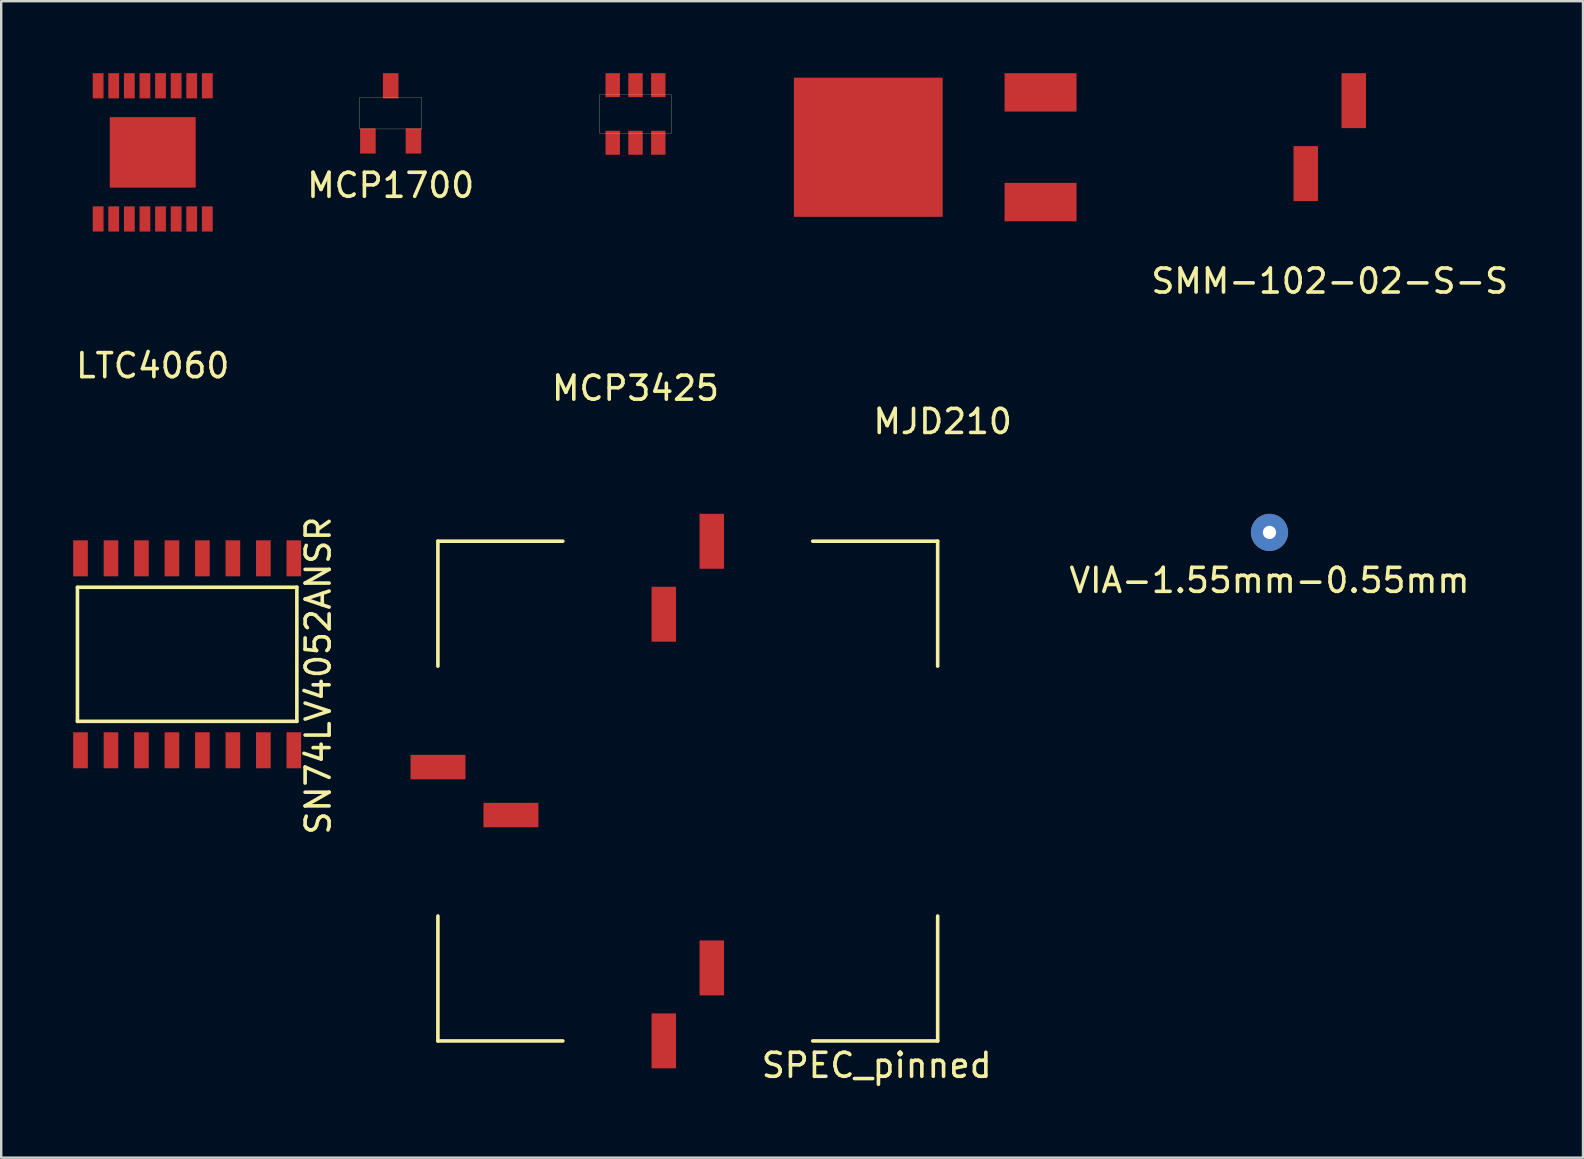
<source format=kicad_pcb>
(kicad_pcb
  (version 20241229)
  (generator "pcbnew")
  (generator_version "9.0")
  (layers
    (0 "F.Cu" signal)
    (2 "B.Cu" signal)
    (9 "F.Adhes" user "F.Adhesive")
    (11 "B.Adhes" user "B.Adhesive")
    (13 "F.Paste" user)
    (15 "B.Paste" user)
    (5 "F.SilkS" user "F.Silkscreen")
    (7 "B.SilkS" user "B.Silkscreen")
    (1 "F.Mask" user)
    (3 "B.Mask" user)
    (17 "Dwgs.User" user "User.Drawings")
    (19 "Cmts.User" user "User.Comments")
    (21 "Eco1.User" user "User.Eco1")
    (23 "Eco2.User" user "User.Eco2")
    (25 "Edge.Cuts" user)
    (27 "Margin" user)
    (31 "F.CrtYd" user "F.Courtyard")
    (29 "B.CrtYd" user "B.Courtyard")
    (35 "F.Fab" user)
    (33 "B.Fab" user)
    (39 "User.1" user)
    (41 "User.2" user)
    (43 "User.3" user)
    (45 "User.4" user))
  (footprint "MJD210"
    (layer "F.Cu")
    (at 36.236 3.086)
    (property "Reference" "MJD210" (at 0 11.43 0) (layer "F.SilkS") (effects (font (size 1 1) (thickness 0.15))))
    (attr through_hole)
    (pad "1" smd rect (at 4.08 2.286) (size 3 1.6) (layers "F.Cu" "F.Mask" "F.Paste"))
    (pad "3" smd rect (at 4.08 -2.286) (size 3 1.6) (layers "F.Cu" "F.Mask" "F.Paste"))
    (pad "4" smd rect (at -3.1 0) (size 6.2 5.8) (layers "F.Cu" "F.Mask" "F.Paste")))
  (footprint "MCP1700"
    (layer "F.Cu")
    (at 13.232 1.675)
    (property "Reference" "MCP1700" (at 0 3 0) (layer "F.SilkS") (effects (font (size 1 1) (thickness 0.15))))
    (attr through_hole)
    (fp_line (start -1.3 -0.65) (end -1.3 0.65) (stroke (width 0.01) (type solid)) (layer "F.SilkS"))
    (fp_line (start -1.3 0.65) (end 1.3 0.65) (stroke (width 0.01) (type solid)) (layer "F.SilkS"))
    (fp_line (start 1.3 -0.65) (end -1.3 -0.65) (stroke (width 0.01) (type solid)) (layer "F.SilkS"))
    (fp_line (start 1.3 0.65) (end 1.3 -0.65) (stroke (width 0.01) (type solid)) (layer "F.SilkS"))
    (pad "1" smd rect (at -0.95 1.15) (size 0.65 1.05) (layers "F.Cu" "F.Mask" "F.Paste"))
    (pad "2" smd rect (at 0.95 1.15) (size 0.65 1.05) (layers "F.Cu" "F.Mask" "F.Paste"))
    (pad "3" smd rect (at 0 -1.15) (size 0.65 1.05) (layers "F.Cu" "F.Mask" "F.Paste")))
  (footprint "VIA-1.55mm-0.55mm"
    (layer "F.Cu")
    (at 49.857 19.139)
    (property "Reference" "VIA-1.55mm-0.55mm" (at 0 2 0) (layer "F.SilkS") (effects (font (size 1 1) (thickness 0.15))))
    (attr through_hole)
    (pad "1" thru_hole circle (at 0 0) (size 1.55 1.55) (drill 0.55) (layers "*.Cu")))
  (footprint "MCP3425"
    (layer "F.Cu")
    (at 23.435 1.7)
    (property "Reference" "MCP3425" (at 0 11.43 0) (layer "F.SilkS") (effects (font (size 1 1) (thickness 0.15))))
    (attr through_hole)
    (fp_line (start -1.5 -0.8) (end -1.5 0.8) (stroke (width 0.01) (type solid)) (layer "F.SilkS"))
    (fp_line (start -1.5 0.8) (end 1.5 0.8) (stroke (width 0.01) (type solid)) (layer "F.SilkS"))
    (fp_line (start 1.5 -0.8) (end -1.5 -0.8) (stroke (width 0.01) (type solid)) (layer "F.SilkS"))
    (fp_line (start 1.5 0.8) (end 1.5 -0.8) (stroke (width 0.01) (type solid)) (layer "F.SilkS"))
    (pad "1" smd rect (at -0.95 1.2) (size 0.6 1) (layers "F.Cu" "F.Mask" "F.Paste"))
    (pad "2" smd rect (at 0 1.2) (size 0.6 1) (layers "F.Cu" "F.Mask" "F.Paste"))
    (pad "3" smd rect (at 0.95 1.2) (size 0.6 1) (layers "F.Cu" "F.Mask" "F.Paste"))
    (pad "4" smd rect (at 0.95 -1.2) (size 0.6 1) (layers "F.Cu" "F.Mask" "F.Paste"))
    (pad "5" smd rect (at 0 -1.2) (size 0.6 1) (layers "F.Cu" "F.Mask" "F.Paste"))
    (pad "6" smd rect (at -0.95 -1.2) (size 0.6 1) (layers "F.Cu" "F.Mask" "F.Paste")))
  (footprint "SMM-102-02-S-S"
    (layer "F.Cu")
    (at 52.369 2.665)
    (property "Reference" "SMM-102-02-S-S" (at 0 6 0) (layer "F.SilkS") (effects (font (size 1 1) (thickness 0.15))))
    (attr through_hole)
    (pad "1" smd rect (at -1 1.52) (size 1.02 2.29) (layers "F.Cu" "F.Mask" "F.Paste"))
    (pad "2" smd rect (at 1 -1.52) (size 1.02 2.29) (layers "F.Cu" "F.Mask" "F.Paste")))
  (footprint "SPEC_pinned"
    (layer "F.Cu")
    (at 25.614 29.919)
    (property "Reference" "SPEC_pinned" (at 7.874 11.43 0) (layer "F.SilkS") (effects (font (size 1 1) (thickness 0.15))))
    (attr through_hole)
    (fp_line (start -10.414 -10.414) (end -5.207 -10.414) (stroke (width 0.15) (type solid)) (layer "F.SilkS"))
    (fp_line (start -10.414 -5.207) (end -10.414 -10.414) (stroke (width 0.15) (type solid)) (layer "F.SilkS"))
    (fp_line (start -10.414 5.207) (end -10.414 10.414) (stroke (width 0.15) (type solid)) (layer "F.SilkS"))
    (fp_line (start -10.414 10.414) (end -5.207 10.414) (stroke (width 0.15) (type solid)) (layer "F.SilkS"))
    (fp_line (start 5.207 -10.414) (end 10.414 -10.414) (stroke (width 0.15) (type solid)) (layer "F.SilkS"))
    (fp_line (start 5.207 10.414) (end 10.414 10.414) (stroke (width 0.15) (type solid)) (layer "F.SilkS"))
    (fp_line (start 10.414 -10.414) (end 10.414 -5.207) (stroke (width 0.15) (type solid)) (layer "F.SilkS"))
    (fp_line (start 10.414 10.414) (end 10.414 5.207) (stroke (width 0.15) (type solid)) (layer "F.SilkS"))
    (pad "1" smd rect (at -1 10.41) (size 1.02 2.29) (layers "F.Cu" "F.Mask" "F.Paste"))
    (pad "2" smd rect (at -7.37 1) (size 2.29 1.02) (layers "F.Cu" "F.Mask" "F.Paste"))
    (pad "3" smd rect (at -10.41 -1) (size 2.29 1.02) (layers "F.Cu" "F.Mask" "F.Paste"))
    (pad "4" smd rect (at -1 -7.37) (size 1.02 2.29) (layers "F.Cu" "F.Mask" "F.Paste"))
    (pad "5" smd rect (at 1 -10.41) (size 1.02 2.29) (layers "F.Cu" "F.Mask" "F.Paste"))
    (pad "6" smd rect (at 1 7.37) (size 1.02 2.29) (layers "F.Cu" "F.Mask" "F.Paste")))
  (footprint "SN74LV4052ANSR"
    (layer "F.Cu")
    (at 5.385 24.219)
    (property "Reference" "SN74LV4052ANSR" (at 4.826 0.889 90) (layer "F.SilkS") (effects (font (size 1 1) (thickness 0.15))))
    (attr through_hole)
    (fp_line (start -5.207 -2.794) (end 3.937 -2.794) (stroke (width 0.15) (type solid)) (layer "F.SilkS"))
    (fp_line (start -5.207 2.794) (end -5.207 -2.794) (stroke (width 0.15) (type solid)) (layer "F.SilkS"))
    (fp_line (start 3.937 -2.794) (end 3.937 2.794) (stroke (width 0.15) (type solid)) (layer "F.SilkS"))
    (fp_line (start 3.937 2.794) (end -5.207 2.794) (stroke (width 0.15) (type solid)) (layer "F.SilkS"))
    (pad "1" smd rect (at -5.08 4) (size 0.61 1.5) (layers "F.Cu" "F.Mask" "F.Paste"))
    (pad "2" smd rect (at -3.81 4) (size 0.61 1.5) (layers "F.Cu" "F.Mask" "F.Paste"))
    (pad "3" smd rect (at -2.54 4) (size 0.61 1.5) (layers "F.Cu" "F.Mask" "F.Paste"))
    (pad "4" smd rect (at -1.27 4) (size 0.61 1.5) (layers "F.Cu" "F.Mask" "F.Paste"))
    (pad "5" smd rect (at 0 4) (size 0.61 1.5) (layers "F.Cu" "F.Mask" "F.Paste"))
    (pad "6" smd rect (at 1.27 4) (size 0.61 1.5) (layers "F.Cu" "F.Mask" "F.Paste"))
    (pad "7" smd rect (at 2.54 4) (size 0.61 1.5) (layers "F.Cu" "F.Mask" "F.Paste"))
    (pad "8" smd rect (at 3.81 4) (size 0.61 1.5) (layers "F.Cu" "F.Mask" "F.Paste"))
    (pad "9" smd rect (at 3.81 -4) (size 0.61 1.5) (layers "F.Cu" "F.Mask" "F.Paste"))
    (pad "10" smd rect (at 2.54 -4) (size 0.61 1.5) (layers "F.Cu" "F.Mask" "F.Paste"))
    (pad "11" smd rect (at 1.27 -4) (size 0.61 1.5) (layers "F.Cu" "F.Mask" "F.Paste"))
    (pad "12" smd rect (at 0 -4) (size 0.61 1.5) (layers "F.Cu" "F.Mask" "F.Paste"))
    (pad "13" smd rect (at -1.27 -4) (size 0.61 1.5) (layers "F.Cu" "F.Mask" "F.Paste"))
    (pad "14" smd rect (at -2.54 -4) (size 0.61 1.5) (layers "F.Cu" "F.Mask" "F.Paste"))
    (pad "15" smd rect (at -3.81 -4) (size 0.61 1.5) (layers "F.Cu" "F.Mask" "F.Paste"))
    (pad "16" smd rect (at -5.08 -4) (size 0.61 1.5) (layers "F.Cu" "F.Mask" "F.Paste")))
  (footprint "LTC4060"
    (layer "F.Cu")
    (at 3.315 3.3)
    (property "Reference" "LTC4060" (at 0 8.89 0) (layer "F.SilkS") (effects (font (size 1 1) (thickness 0.15))))
    (attr through_hole)
    (pad "1" smd rect (at -2.275 2.775) (size 0.45 1.05) (layers "F.Cu" "F.Mask" "F.Paste"))
    (pad "2" smd rect (at -1.625 2.775) (size 0.45 1.05) (layers "F.Cu" "F.Mask" "F.Paste"))
    (pad "3" smd rect (at -0.975 2.775) (size 0.45 1.05) (layers "F.Cu" "F.Mask" "F.Paste"))
    (pad "4" smd rect (at -0.325 2.775) (size 0.45 1.05) (layers "F.Cu" "F.Mask" "F.Paste"))
    (pad "5" smd rect (at 0.325 2.775) (size 0.45 1.05) (layers "F.Cu" "F.Mask" "F.Paste"))
    (pad "6" smd rect (at 0.975 2.775) (size 0.45 1.05) (layers "F.Cu" "F.Mask" "F.Paste"))
    (pad "7" smd rect (at 1.625 2.775) (size 0.45 1.05) (layers "F.Cu" "F.Mask" "F.Paste"))
    (pad "8" smd rect (at 2.275 2.775) (size 0.45 1.05) (layers "F.Cu" "F.Mask" "F.Paste"))
    (pad "9" smd rect (at 2.275 -2.775) (size 0.45 1.05) (layers "F.Cu" "F.Mask" "F.Paste"))
    (pad "10" smd rect (at 1.625 -2.775) (size 0.45 1.05) (layers "F.Cu" "F.Mask" "F.Paste"))
    (pad "11" smd rect (at 0.975 -2.775) (size 0.45 1.05) (layers "F.Cu" "F.Mask" "F.Paste"))
    (pad "12" smd rect (at 0.325 -2.775) (size 0.45 1.05) (layers "F.Cu" "F.Mask" "F.Paste"))
    (pad "13" smd rect (at -0.325 -2.775) (size 0.45 1.05) (layers "F.Cu" "F.Mask" "F.Paste"))
    (pad "14" smd rect (at -0.975 -2.775) (size 0.45 1.05) (layers "F.Cu" "F.Mask" "F.Paste"))
    (pad "15" smd rect (at -1.625 -2.775) (size 0.45 1.05) (layers "F.Cu" "F.Mask" "F.Paste"))
    (pad "16" smd rect (at -2.275 -2.775) (size 0.45 1.05) (layers "F.Cu" "F.Mask" "F.Paste"))
    (pad "17" smd rect (at 0 0) (size 3.58 2.94) (layers "F.Cu" "F.Mask" "F.Paste")))
  (gr_rect
    (start -3 -3)
    (end 62.923 45.197)
    (stroke (width 0.1) (type default))
    (fill no)
    (layer "Edge.Cuts")))
</source>
